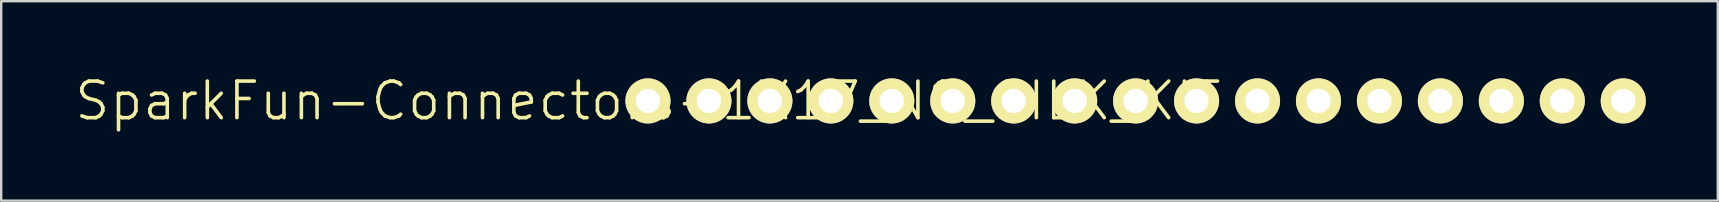
<source format=kicad_pcb>
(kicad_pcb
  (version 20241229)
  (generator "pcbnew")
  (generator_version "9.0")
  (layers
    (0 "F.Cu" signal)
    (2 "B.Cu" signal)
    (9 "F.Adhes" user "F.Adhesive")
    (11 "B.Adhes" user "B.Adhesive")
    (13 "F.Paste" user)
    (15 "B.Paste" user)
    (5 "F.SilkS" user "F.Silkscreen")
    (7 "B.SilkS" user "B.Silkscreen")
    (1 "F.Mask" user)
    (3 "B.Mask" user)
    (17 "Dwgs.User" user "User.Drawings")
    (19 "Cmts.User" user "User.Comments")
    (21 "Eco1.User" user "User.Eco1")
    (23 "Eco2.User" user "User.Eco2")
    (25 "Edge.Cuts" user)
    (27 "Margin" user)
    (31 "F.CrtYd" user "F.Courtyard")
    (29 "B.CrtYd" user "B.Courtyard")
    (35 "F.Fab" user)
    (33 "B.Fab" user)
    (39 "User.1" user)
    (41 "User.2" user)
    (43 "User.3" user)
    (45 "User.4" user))
  (footprint "SparkFun-Connectors-1X17_NO_SILK_KIT"
    (layer "F.Cu")
    (at 23.949 1.155)
    (property "Reference" "SparkFun-Connectors-1X17_NO_SILK_KIT" (at 0 0 0) (layer "F.SilkS") (effects (font (size 1.524 1.524) (thickness 0.15))))
    (attr exclude_from_pos_files exclude_from_bom)
    (fp_circle (center 0 0) (end -0.47 0.47) (stroke (width 0) (type solid)) (fill yes) (layer "F.SilkS"))
    (fp_circle (center 0 0) (end -0.254 0.254) (stroke (width 0) (type solid)) (fill yes) (layer "F.SilkS"))
    (fp_circle (center 2.54 0) (end 2.794 0.254) (stroke (width 0) (type solid)) (fill yes) (layer "F.SilkS"))
    (fp_circle (center 2.54 0) (end 3.01 0.47) (stroke (width 0) (type solid)) (fill yes) (layer "F.SilkS"))
    (fp_circle (center 5.08 0) (end 5.334 0.254) (stroke (width 0) (type solid)) (fill yes) (layer "F.SilkS"))
    (fp_circle (center 5.08 0) (end 5.55 0.47) (stroke (width 0) (type solid)) (fill yes) (layer "F.SilkS"))
    (fp_circle (center 7.62 0) (end 7.874 0.254) (stroke (width 0) (type solid)) (fill yes) (layer "F.SilkS"))
    (fp_circle (center 7.62 0) (end 8.09 0.47) (stroke (width 0) (type solid)) (fill yes) (layer "F.SilkS"))
    (fp_circle (center 10.16 0) (end 10.414 0.254) (stroke (width 0) (type solid)) (fill yes) (layer "F.SilkS"))
    (fp_circle (center 10.16 0) (end 10.63 0.47) (stroke (width 0) (type solid)) (fill yes) (layer "F.SilkS"))
    (fp_circle (center 12.7 0) (end 12.954 0.254) (stroke (width 0) (type solid)) (fill yes) (layer "F.SilkS"))
    (fp_circle (center 12.7 0) (end 13.17 0.47) (stroke (width 0) (type solid)) (fill yes) (layer "F.SilkS"))
    (fp_circle (center 15.24 0) (end 15.494 0.254) (stroke (width 0) (type solid)) (fill yes) (layer "F.SilkS"))
    (fp_circle (center 15.24 0) (end 15.71 0.47) (stroke (width 0) (type solid)) (fill yes) (layer "F.SilkS"))
    (fp_circle (center 17.78 0) (end 18.034 0.254) (stroke (width 0) (type solid)) (fill yes) (layer "F.SilkS"))
    (fp_circle (center 17.78 0) (end 18.25 0.47) (stroke (width 0) (type solid)) (fill yes) (layer "F.SilkS"))
    (fp_circle (center 20.32 0) (end 20.574 0.254) (stroke (width 0) (type solid)) (fill yes) (layer "F.SilkS"))
    (fp_circle (center 20.32 0) (end 20.79 0.47) (stroke (width 0) (type solid)) (fill yes) (layer "F.SilkS"))
    (fp_circle (center 22.86 0) (end 23.114 0.254) (stroke (width 0) (type solid)) (fill yes) (layer "F.SilkS"))
    (fp_circle (center 22.86 0) (end 23.33 0.47) (stroke (width 0) (type solid)) (fill yes) (layer "F.SilkS"))
    (fp_circle (center 25.4 0) (end 25.654 0.254) (stroke (width 0) (type solid)) (fill yes) (layer "F.SilkS"))
    (fp_circle (center 25.4 0) (end 25.87 0.47) (stroke (width 0) (type solid)) (fill yes) (layer "F.SilkS"))
    (fp_circle (center 27.94 0) (end 28.194 0.254) (stroke (width 0) (type solid)) (fill yes) (layer "F.SilkS"))
    (fp_circle (center 27.94 0) (end 28.41 0.47) (stroke (width 0) (type solid)) (fill yes) (layer "F.SilkS"))
    (fp_circle (center 30.48 0) (end 30.734 0.254) (stroke (width 0) (type solid)) (fill yes) (layer "F.SilkS"))
    (fp_circle (center 30.48 0) (end 30.95 0.47) (stroke (width 0) (type solid)) (fill yes) (layer "F.SilkS"))
    (fp_circle (center 33.02 0) (end 33.274 0.254) (stroke (width 0) (type solid)) (fill yes) (layer "F.SilkS"))
    (fp_circle (center 33.02 0) (end 33.49 0.47) (stroke (width 0) (type solid)) (fill yes) (layer "F.SilkS"))
    (fp_circle (center 35.56 0) (end 35.814 0.254) (stroke (width 0) (type solid)) (fill yes) (layer "F.SilkS"))
    (fp_circle (center 35.56 0) (end 36.03 0.47) (stroke (width 0) (type solid)) (fill yes) (layer "F.SilkS"))
    (fp_circle (center 38.1 0) (end 38.354 0.254) (stroke (width 0) (type solid)) (fill yes) (layer "F.SilkS"))
    (fp_circle (center 38.1 0) (end 38.57 0.47) (stroke (width 0) (type solid)) (fill yes) (layer "F.SilkS"))
    (fp_circle (center 40.64 0) (end 40.894 0.254) (stroke (width 0) (type solid)) (fill yes) (layer "F.SilkS"))
    (fp_circle (center 40.64 0) (end 41.11 0.47) (stroke (width 0) (type solid)) (fill yes) (layer "F.SilkS"))
    (pad "1" thru_hole circle (at 0 0) (size 1.88 1.88) (drill 1.016) (layers "*.Cu" "F.Mask" "F.SilkS" "F.Paste"))
    (pad "2" thru_hole circle (at 2.54 0) (size 1.88 1.88) (drill 1.016) (layers "*.Cu" "F.Mask" "F.SilkS" "F.Paste"))
    (pad "3" thru_hole circle (at 5.08 0) (size 1.88 1.88) (drill 1.016) (layers "*.Cu" "F.Mask" "F.SilkS" "F.Paste"))
    (pad "4" thru_hole circle (at 7.62 0) (size 1.88 1.88) (drill 1.016) (layers "*.Cu" "F.Mask" "F.SilkS" "F.Paste"))
    (pad "5" thru_hole circle (at 10.16 0) (size 1.88 1.88) (drill 1.016) (layers "*.Cu" "F.Mask" "F.SilkS" "F.Paste"))
    (pad "6" thru_hole circle (at 12.7 0) (size 1.88 1.88) (drill 1.016) (layers "*.Cu" "F.Mask" "F.SilkS" "F.Paste"))
    (pad "7" thru_hole circle (at 15.24 0) (size 1.88 1.88) (drill 1.016) (layers "*.Cu" "F.Mask" "F.SilkS" "F.Paste"))
    (pad "8" thru_hole circle (at 17.78 0) (size 1.88 1.88) (drill 1.016) (layers "*.Cu" "F.Mask" "F.SilkS" "F.Paste"))
    (pad "9" thru_hole circle (at 20.32 0) (size 1.88 1.88) (drill 1.016) (layers "*.Cu" "F.Mask" "F.SilkS" "F.Paste"))
    (pad "10" thru_hole circle (at 22.86 0) (size 1.88 1.88) (drill 1.016) (layers "*.Cu" "F.Mask" "F.SilkS" "F.Paste"))
    (pad "11" thru_hole circle (at 25.4 0) (size 1.88 1.88) (drill 1.016) (layers "*.Cu" "F.Mask" "F.SilkS" "F.Paste"))
    (pad "12" thru_hole circle (at 27.94 0) (size 1.88 1.88) (drill 1.016) (layers "*.Cu" "F.Mask" "F.SilkS" "F.Paste"))
    (pad "13" thru_hole circle (at 30.48 0) (size 1.88 1.88) (drill 1.016) (layers "*.Cu" "F.Mask" "F.SilkS" "F.Paste"))
    (pad "14" thru_hole circle (at 33.02 0) (size 1.88 1.88) (drill 1.016) (layers "*.Cu" "F.Mask" "F.SilkS" "F.Paste"))
    (pad "15" thru_hole circle (at 35.56 0) (size 1.88 1.88) (drill 1.016) (layers "*.Cu" "F.Mask" "F.SilkS" "F.Paste"))
    (pad "16" thru_hole circle (at 38.1 0) (size 1.88 1.88) (drill 1.016) (layers "*.Cu" "F.Mask" "F.SilkS" "F.Paste"))
    (pad "17" thru_hole circle (at 40.64 0) (size 1.88 1.88) (drill 1.016) (layers "*.Cu" "F.Mask" "F.SilkS" "F.Paste")))
  (gr_rect
    (start -3 -3)
    (end 68.528 5.31)
    (stroke (width 0.1) (type default))
    (fill no)
    (layer "Edge.Cuts")))
</source>
